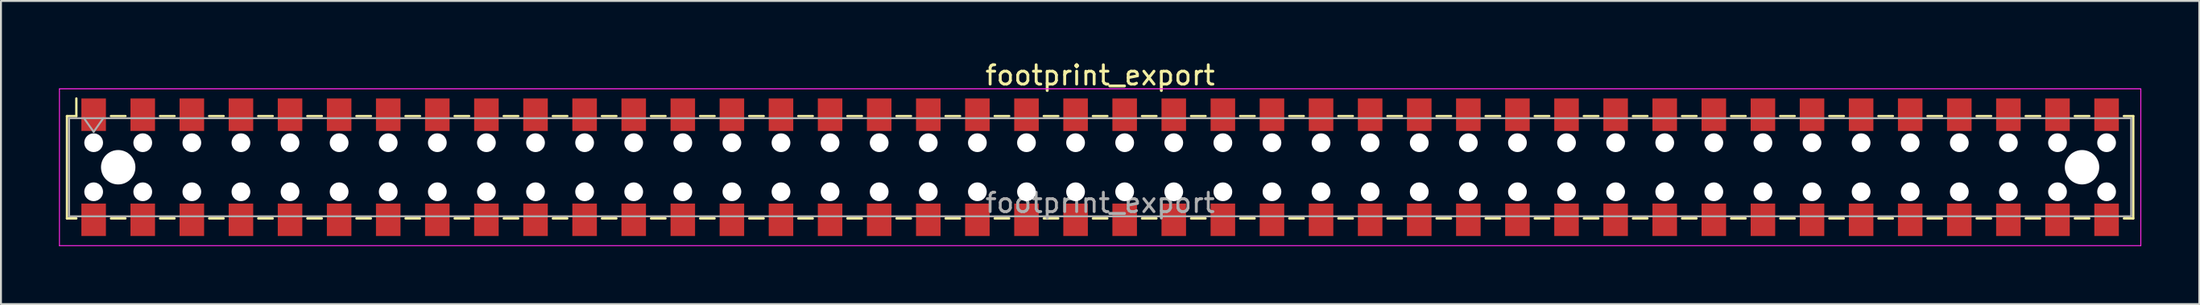
<source format=kicad_pcb>
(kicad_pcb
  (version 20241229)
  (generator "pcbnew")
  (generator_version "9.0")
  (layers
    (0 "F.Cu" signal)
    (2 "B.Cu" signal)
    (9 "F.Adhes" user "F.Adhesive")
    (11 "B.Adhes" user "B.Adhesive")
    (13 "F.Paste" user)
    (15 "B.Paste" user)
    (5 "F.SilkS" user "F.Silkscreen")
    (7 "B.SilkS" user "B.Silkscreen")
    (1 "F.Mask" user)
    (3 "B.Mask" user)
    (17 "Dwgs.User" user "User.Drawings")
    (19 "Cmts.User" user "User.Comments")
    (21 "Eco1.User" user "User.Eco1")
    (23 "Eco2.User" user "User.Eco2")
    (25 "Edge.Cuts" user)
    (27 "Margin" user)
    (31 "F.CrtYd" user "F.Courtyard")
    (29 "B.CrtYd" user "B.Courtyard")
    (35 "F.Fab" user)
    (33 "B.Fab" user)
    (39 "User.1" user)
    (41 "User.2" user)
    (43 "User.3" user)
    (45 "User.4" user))
  (footprint "footprint_export"
    (layer "F.Cu")
    (at 53.865 5.608)
    (property "Reference" "footprint_export" (at 0 -4.76 0) (layer "F.SilkS") (effects (font (size 1 1) (thickness 0.15))))
    (attr smd)
    (fp_line (start -53.45 -2.65) (end -53.45 2.65) (stroke (width 0.12) (type solid)) (layer "F.SilkS"))
    (fp_line (start -53.45 2.65) (end -52.965 2.65) (stroke (width 0.12) (type solid)) (layer "F.SilkS"))
    (fp_line (start -52.965 -3.56) (end -52.965 -2.65) (stroke (width 0.12) (type solid)) (layer "F.SilkS"))
    (fp_line (start -52.965 -2.65) (end -53.45 -2.65) (stroke (width 0.12) (type solid)) (layer "F.SilkS"))
    (fp_line (start -51.175 -2.65) (end -50.425 -2.65) (stroke (width 0.12) (type solid)) (layer "F.SilkS"))
    (fp_line (start -51.175 2.65) (end -50.425 2.65) (stroke (width 0.12) (type solid)) (layer "F.SilkS"))
    (fp_line (start -48.635 -2.65) (end -47.885 -2.65) (stroke (width 0.12) (type solid)) (layer "F.SilkS"))
    (fp_line (start -48.635 2.65) (end -47.885 2.65) (stroke (width 0.12) (type solid)) (layer "F.SilkS"))
    (fp_line (start -46.095 -2.65) (end -45.345 -2.65) (stroke (width 0.12) (type solid)) (layer "F.SilkS"))
    (fp_line (start -46.095 2.65) (end -45.345 2.65) (stroke (width 0.12) (type solid)) (layer "F.SilkS"))
    (fp_line (start -43.555 -2.65) (end -42.805 -2.65) (stroke (width 0.12) (type solid)) (layer "F.SilkS"))
    (fp_line (start -43.555 2.65) (end -42.805 2.65) (stroke (width 0.12) (type solid)) (layer "F.SilkS"))
    (fp_line (start -41.015 -2.65) (end -40.265 -2.65) (stroke (width 0.12) (type solid)) (layer "F.SilkS"))
    (fp_line (start -41.015 2.65) (end -40.265 2.65) (stroke (width 0.12) (type solid)) (layer "F.SilkS"))
    (fp_line (start -38.475 -2.65) (end -37.725 -2.65) (stroke (width 0.12) (type solid)) (layer "F.SilkS"))
    (fp_line (start -38.475 2.65) (end -37.725 2.65) (stroke (width 0.12) (type solid)) (layer "F.SilkS"))
    (fp_line (start -35.935 -2.65) (end -35.185 -2.65) (stroke (width 0.12) (type solid)) (layer "F.SilkS"))
    (fp_line (start -35.935 2.65) (end -35.185 2.65) (stroke (width 0.12) (type solid)) (layer "F.SilkS"))
    (fp_line (start -33.395 -2.65) (end -32.645 -2.65) (stroke (width 0.12) (type solid)) (layer "F.SilkS"))
    (fp_line (start -33.395 2.65) (end -32.645 2.65) (stroke (width 0.12) (type solid)) (layer "F.SilkS"))
    (fp_line (start -30.855 -2.65) (end -30.105 -2.65) (stroke (width 0.12) (type solid)) (layer "F.SilkS"))
    (fp_line (start -30.855 2.65) (end -30.105 2.65) (stroke (width 0.12) (type solid)) (layer "F.SilkS"))
    (fp_line (start -28.315 -2.65) (end -27.565 -2.65) (stroke (width 0.12) (type solid)) (layer "F.SilkS"))
    (fp_line (start -28.315 2.65) (end -27.565 2.65) (stroke (width 0.12) (type solid)) (layer "F.SilkS"))
    (fp_line (start -25.775 -2.65) (end -25.025 -2.65) (stroke (width 0.12) (type solid)) (layer "F.SilkS"))
    (fp_line (start -25.775 2.65) (end -25.025 2.65) (stroke (width 0.12) (type solid)) (layer "F.SilkS"))
    (fp_line (start -23.235 -2.65) (end -22.485 -2.65) (stroke (width 0.12) (type solid)) (layer "F.SilkS"))
    (fp_line (start -23.235 2.65) (end -22.485 2.65) (stroke (width 0.12) (type solid)) (layer "F.SilkS"))
    (fp_line (start -20.695 -2.65) (end -19.945 -2.65) (stroke (width 0.12) (type solid)) (layer "F.SilkS"))
    (fp_line (start -20.695 2.65) (end -19.945 2.65) (stroke (width 0.12) (type solid)) (layer "F.SilkS"))
    (fp_line (start -18.155 -2.65) (end -17.405 -2.65) (stroke (width 0.12) (type solid)) (layer "F.SilkS"))
    (fp_line (start -18.155 2.65) (end -17.405 2.65) (stroke (width 0.12) (type solid)) (layer "F.SilkS"))
    (fp_line (start -15.615 -2.65) (end -14.865 -2.65) (stroke (width 0.12) (type solid)) (layer "F.SilkS"))
    (fp_line (start -15.615 2.65) (end -14.865 2.65) (stroke (width 0.12) (type solid)) (layer "F.SilkS"))
    (fp_line (start -13.075 -2.65) (end -12.325 -2.65) (stroke (width 0.12) (type solid)) (layer "F.SilkS"))
    (fp_line (start -13.075 2.65) (end -12.325 2.65) (stroke (width 0.12) (type solid)) (layer "F.SilkS"))
    (fp_line (start -10.535 -2.65) (end -9.785 -2.65) (stroke (width 0.12) (type solid)) (layer "F.SilkS"))
    (fp_line (start -10.535 2.65) (end -9.785 2.65) (stroke (width 0.12) (type solid)) (layer "F.SilkS"))
    (fp_line (start -7.995 -2.65) (end -7.245 -2.65) (stroke (width 0.12) (type solid)) (layer "F.SilkS"))
    (fp_line (start -7.995 2.65) (end -7.245 2.65) (stroke (width 0.12) (type solid)) (layer "F.SilkS"))
    (fp_line (start -5.455 -2.65) (end -4.705 -2.65) (stroke (width 0.12) (type solid)) (layer "F.SilkS"))
    (fp_line (start -5.455 2.65) (end -4.705 2.65) (stroke (width 0.12) (type solid)) (layer "F.SilkS"))
    (fp_line (start -2.915 -2.65) (end -2.165 -2.65) (stroke (width 0.12) (type solid)) (layer "F.SilkS"))
    (fp_line (start -2.915 2.65) (end -2.165 2.65) (stroke (width 0.12) (type solid)) (layer "F.SilkS"))
    (fp_line (start -0.375 -2.65) (end 0.375 -2.65) (stroke (width 0.12) (type solid)) (layer "F.SilkS"))
    (fp_line (start -0.375 2.65) (end 0.375 2.65) (stroke (width 0.12) (type solid)) (layer "F.SilkS"))
    (fp_line (start 2.165 -2.65) (end 2.915 -2.65) (stroke (width 0.12) (type solid)) (layer "F.SilkS"))
    (fp_line (start 2.165 2.65) (end 2.915 2.65) (stroke (width 0.12) (type solid)) (layer "F.SilkS"))
    (fp_line (start 4.705 -2.65) (end 5.455 -2.65) (stroke (width 0.12) (type solid)) (layer "F.SilkS"))
    (fp_line (start 4.705 2.65) (end 5.455 2.65) (stroke (width 0.12) (type solid)) (layer "F.SilkS"))
    (fp_line (start 7.245 -2.65) (end 7.995 -2.65) (stroke (width 0.12) (type solid)) (layer "F.SilkS"))
    (fp_line (start 7.245 2.65) (end 7.995 2.65) (stroke (width 0.12) (type solid)) (layer "F.SilkS"))
    (fp_line (start 9.785 -2.65) (end 10.535 -2.65) (stroke (width 0.12) (type solid)) (layer "F.SilkS"))
    (fp_line (start 9.785 2.65) (end 10.535 2.65) (stroke (width 0.12) (type solid)) (layer "F.SilkS"))
    (fp_line (start 12.325 -2.65) (end 13.075 -2.65) (stroke (width 0.12) (type solid)) (layer "F.SilkS"))
    (fp_line (start 12.325 2.65) (end 13.075 2.65) (stroke (width 0.12) (type solid)) (layer "F.SilkS"))
    (fp_line (start 14.865 -2.65) (end 15.615 -2.65) (stroke (width 0.12) (type solid)) (layer "F.SilkS"))
    (fp_line (start 14.865 2.65) (end 15.615 2.65) (stroke (width 0.12) (type solid)) (layer "F.SilkS"))
    (fp_line (start 17.405 -2.65) (end 18.155 -2.65) (stroke (width 0.12) (type solid)) (layer "F.SilkS"))
    (fp_line (start 17.405 2.65) (end 18.155 2.65) (stroke (width 0.12) (type solid)) (layer "F.SilkS"))
    (fp_line (start 19.945 -2.65) (end 20.695 -2.65) (stroke (width 0.12) (type solid)) (layer "F.SilkS"))
    (fp_line (start 19.945 2.65) (end 20.695 2.65) (stroke (width 0.12) (type solid)) (layer "F.SilkS"))
    (fp_line (start 22.485 -2.65) (end 23.235 -2.65) (stroke (width 0.12) (type solid)) (layer "F.SilkS"))
    (fp_line (start 22.485 2.65) (end 23.235 2.65) (stroke (width 0.12) (type solid)) (layer "F.SilkS"))
    (fp_line (start 25.025 -2.65) (end 25.775 -2.65) (stroke (width 0.12) (type solid)) (layer "F.SilkS"))
    (fp_line (start 25.025 2.65) (end 25.775 2.65) (stroke (width 0.12) (type solid)) (layer "F.SilkS"))
    (fp_line (start 27.565 -2.65) (end 28.315 -2.65) (stroke (width 0.12) (type solid)) (layer "F.SilkS"))
    (fp_line (start 27.565 2.65) (end 28.315 2.65) (stroke (width 0.12) (type solid)) (layer "F.SilkS"))
    (fp_line (start 30.105 -2.65) (end 30.855 -2.65) (stroke (width 0.12) (type solid)) (layer "F.SilkS"))
    (fp_line (start 30.105 2.65) (end 30.855 2.65) (stroke (width 0.12) (type solid)) (layer "F.SilkS"))
    (fp_line (start 32.645 -2.65) (end 33.395 -2.65) (stroke (width 0.12) (type solid)) (layer "F.SilkS"))
    (fp_line (start 32.645 2.65) (end 33.395 2.65) (stroke (width 0.12) (type solid)) (layer "F.SilkS"))
    (fp_line (start 35.185 -2.65) (end 35.935 -2.65) (stroke (width 0.12) (type solid)) (layer "F.SilkS"))
    (fp_line (start 35.185 2.65) (end 35.935 2.65) (stroke (width 0.12) (type solid)) (layer "F.SilkS"))
    (fp_line (start 37.725 -2.65) (end 38.475 -2.65) (stroke (width 0.12) (type solid)) (layer "F.SilkS"))
    (fp_line (start 37.725 2.65) (end 38.475 2.65) (stroke (width 0.12) (type solid)) (layer "F.SilkS"))
    (fp_line (start 40.265 -2.65) (end 41.015 -2.65) (stroke (width 0.12) (type solid)) (layer "F.SilkS"))
    (fp_line (start 40.265 2.65) (end 41.015 2.65) (stroke (width 0.12) (type solid)) (layer "F.SilkS"))
    (fp_line (start 42.805 -2.65) (end 43.555 -2.65) (stroke (width 0.12) (type solid)) (layer "F.SilkS"))
    (fp_line (start 42.805 2.65) (end 43.555 2.65) (stroke (width 0.12) (type solid)) (layer "F.SilkS"))
    (fp_line (start 45.345 -2.65) (end 46.095 -2.65) (stroke (width 0.12) (type solid)) (layer "F.SilkS"))
    (fp_line (start 45.345 2.65) (end 46.095 2.65) (stroke (width 0.12) (type solid)) (layer "F.SilkS"))
    (fp_line (start 47.885 -2.65) (end 48.635 -2.65) (stroke (width 0.12) (type solid)) (layer "F.SilkS"))
    (fp_line (start 47.885 2.65) (end 48.635 2.65) (stroke (width 0.12) (type solid)) (layer "F.SilkS"))
    (fp_line (start 50.425 -2.65) (end 51.175 -2.65) (stroke (width 0.12) (type solid)) (layer "F.SilkS"))
    (fp_line (start 50.425 2.65) (end 51.175 2.65) (stroke (width 0.12) (type solid)) (layer "F.SilkS"))
    (fp_line (start 52.965 -2.65) (end 53.45 -2.65) (stroke (width 0.12) (type solid)) (layer "F.SilkS"))
    (fp_line (start 53.45 -2.65) (end 53.45 2.65) (stroke (width 0.12) (type solid)) (layer "F.SilkS"))
    (fp_line (start 53.45 2.65) (end 52.965 2.65) (stroke (width 0.12) (type solid)) (layer "F.SilkS"))
    (fp_line (start -53.84 -4.06) (end 53.84 -4.06) (stroke (width 0.05) (type solid)) (layer "F.CrtYd"))
    (fp_line (start -53.84 4.06) (end -53.84 -4.06) (stroke (width 0.05) (type solid)) (layer "F.CrtYd"))
    (fp_line (start 53.84 -4.06) (end 53.84 4.06) (stroke (width 0.05) (type solid)) (layer "F.CrtYd"))
    (fp_line (start 53.84 4.06) (end -53.84 4.06) (stroke (width 0.05) (type solid)) (layer "F.CrtYd"))
    (fp_line (start -53.34 -2.54) (end 53.34 -2.54) (stroke (width 0.1) (type solid)) (layer "F.Fab"))
    (fp_line (start -53.34 2.54) (end -53.34 -2.54) (stroke (width 0.1) (type solid)) (layer "F.Fab"))
    (fp_line (start -52.57 -2.54) (end -52.07 -1.833) (stroke (width 0.1) (type solid)) (layer "F.Fab"))
    (fp_line (start -52.07 -1.833) (end -51.57 -2.54) (stroke (width 0.1) (type solid)) (layer "F.Fab"))
    (fp_line (start 53.34 -2.54) (end 53.34 2.54) (stroke (width 0.1) (type solid)) (layer "F.Fab"))
    (fp_line (start 53.34 2.54) (end -53.34 2.54) (stroke (width 0.1) (type solid)) (layer "F.Fab"))
    (fp_text user "${REFERENCE}" (at 0 1.84 0) (layer "F.Fab") (effects (font (size 1 1) (thickness 0.15))))
    (pad "" np_thru_hole circle (at -52.07 -1.27) (size 0.97 0.97) (drill 0.97) (layers "*.Cu" "*.Mask"))
    (pad "" np_thru_hole circle (at -52.07 1.27) (size 0.97 0.97) (drill 0.97) (layers "*.Cu" "*.Mask"))
    (pad "" np_thru_hole circle (at -50.8 0) (size 1.78 1.78) (drill 1.78) (layers "*.Cu" "*.Mask"))
    (pad "" np_thru_hole circle (at -49.53 -1.27) (size 0.97 0.97) (drill 0.97) (layers "*.Cu" "*.Mask"))
    (pad "" np_thru_hole circle (at -49.53 1.27) (size 0.97 0.97) (drill 0.97) (layers "*.Cu" "*.Mask"))
    (pad "" np_thru_hole circle (at -46.99 -1.27) (size 0.97 0.97) (drill 0.97) (layers "*.Cu" "*.Mask"))
    (pad "" np_thru_hole circle (at -46.99 1.27) (size 0.97 0.97) (drill 0.97) (layers "*.Cu" "*.Mask"))
    (pad "" np_thru_hole circle (at -44.45 -1.27) (size 0.97 0.97) (drill 0.97) (layers "*.Cu" "*.Mask"))
    (pad "" np_thru_hole circle (at -44.45 1.27) (size 0.97 0.97) (drill 0.97) (layers "*.Cu" "*.Mask"))
    (pad "" np_thru_hole circle (at -41.91 -1.27) (size 0.97 0.97) (drill 0.97) (layers "*.Cu" "*.Mask"))
    (pad "" np_thru_hole circle (at -41.91 1.27) (size 0.97 0.97) (drill 0.97) (layers "*.Cu" "*.Mask"))
    (pad "" np_thru_hole circle (at -39.37 -1.27) (size 0.97 0.97) (drill 0.97) (layers "*.Cu" "*.Mask"))
    (pad "" np_thru_hole circle (at -39.37 1.27) (size 0.97 0.97) (drill 0.97) (layers "*.Cu" "*.Mask"))
    (pad "" np_thru_hole circle (at -36.83 -1.27) (size 0.97 0.97) (drill 0.97) (layers "*.Cu" "*.Mask"))
    (pad "" np_thru_hole circle (at -36.83 1.27) (size 0.97 0.97) (drill 0.97) (layers "*.Cu" "*.Mask"))
    (pad "" np_thru_hole circle (at -34.29 -1.27) (size 0.97 0.97) (drill 0.97) (layers "*.Cu" "*.Mask"))
    (pad "" np_thru_hole circle (at -34.29 1.27) (size 0.97 0.97) (drill 0.97) (layers "*.Cu" "*.Mask"))
    (pad "" np_thru_hole circle (at -31.75 -1.27) (size 0.97 0.97) (drill 0.97) (layers "*.Cu" "*.Mask"))
    (pad "" np_thru_hole circle (at -31.75 1.27) (size 0.97 0.97) (drill 0.97) (layers "*.Cu" "*.Mask"))
    (pad "" np_thru_hole circle (at -29.21 -1.27) (size 0.97 0.97) (drill 0.97) (layers "*.Cu" "*.Mask"))
    (pad "" np_thru_hole circle (at -29.21 1.27) (size 0.97 0.97) (drill 0.97) (layers "*.Cu" "*.Mask"))
    (pad "" np_thru_hole circle (at -26.67 -1.27) (size 0.97 0.97) (drill 0.97) (layers "*.Cu" "*.Mask"))
    (pad "" np_thru_hole circle (at -26.67 1.27) (size 0.97 0.97) (drill 0.97) (layers "*.Cu" "*.Mask"))
    (pad "" np_thru_hole circle (at -24.13 -1.27) (size 0.97 0.97) (drill 0.97) (layers "*.Cu" "*.Mask"))
    (pad "" np_thru_hole circle (at -24.13 1.27) (size 0.97 0.97) (drill 0.97) (layers "*.Cu" "*.Mask"))
    (pad "" np_thru_hole circle (at -21.59 -1.27) (size 0.97 0.97) (drill 0.97) (layers "*.Cu" "*.Mask"))
    (pad "" np_thru_hole circle (at -21.59 1.27) (size 0.97 0.97) (drill 0.97) (layers "*.Cu" "*.Mask"))
    (pad "" np_thru_hole circle (at -19.05 -1.27) (size 0.97 0.97) (drill 0.97) (layers "*.Cu" "*.Mask"))
    (pad "" np_thru_hole circle (at -19.05 1.27) (size 0.97 0.97) (drill 0.97) (layers "*.Cu" "*.Mask"))
    (pad "" np_thru_hole circle (at -16.51 -1.27) (size 0.97 0.97) (drill 0.97) (layers "*.Cu" "*.Mask"))
    (pad "" np_thru_hole circle (at -16.51 1.27) (size 0.97 0.97) (drill 0.97) (layers "*.Cu" "*.Mask"))
    (pad "" np_thru_hole circle (at -13.97 -1.27) (size 0.97 0.97) (drill 0.97) (layers "*.Cu" "*.Mask"))
    (pad "" np_thru_hole circle (at -13.97 1.27) (size 0.97 0.97) (drill 0.97) (layers "*.Cu" "*.Mask"))
    (pad "" np_thru_hole circle (at -11.43 -1.27) (size 0.97 0.97) (drill 0.97) (layers "*.Cu" "*.Mask"))
    (pad "" np_thru_hole circle (at -11.43 1.27) (size 0.97 0.97) (drill 0.97) (layers "*.Cu" "*.Mask"))
    (pad "" np_thru_hole circle (at -8.89 -1.27) (size 0.97 0.97) (drill 0.97) (layers "*.Cu" "*.Mask"))
    (pad "" np_thru_hole circle (at -8.89 1.27) (size 0.97 0.97) (drill 0.97) (layers "*.Cu" "*.Mask"))
    (pad "" np_thru_hole circle (at -6.35 -1.27) (size 0.97 0.97) (drill 0.97) (layers "*.Cu" "*.Mask"))
    (pad "" np_thru_hole circle (at -6.35 1.27) (size 0.97 0.97) (drill 0.97) (layers "*.Cu" "*.Mask"))
    (pad "" np_thru_hole circle (at -3.81 -1.27) (size 0.97 0.97) (drill 0.97) (layers "*.Cu" "*.Mask"))
    (pad "" np_thru_hole circle (at -3.81 1.27) (size 0.97 0.97) (drill 0.97) (layers "*.Cu" "*.Mask"))
    (pad "" np_thru_hole circle (at -1.27 -1.27) (size 0.97 0.97) (drill 0.97) (layers "*.Cu" "*.Mask"))
    (pad "" np_thru_hole circle (at -1.27 1.27) (size 0.97 0.97) (drill 0.97) (layers "*.Cu" "*.Mask"))
    (pad "" np_thru_hole circle (at 1.27 -1.27) (size 0.97 0.97) (drill 0.97) (layers "*.Cu" "*.Mask"))
    (pad "" np_thru_hole circle (at 1.27 1.27) (size 0.97 0.97) (drill 0.97) (layers "*.Cu" "*.Mask"))
    (pad "" np_thru_hole circle (at 3.81 -1.27) (size 0.97 0.97) (drill 0.97) (layers "*.Cu" "*.Mask"))
    (pad "" np_thru_hole circle (at 3.81 1.27) (size 0.97 0.97) (drill 0.97) (layers "*.Cu" "*.Mask"))
    (pad "" np_thru_hole circle (at 6.35 -1.27) (size 0.97 0.97) (drill 0.97) (layers "*.Cu" "*.Mask"))
    (pad "" np_thru_hole circle (at 6.35 1.27) (size 0.97 0.97) (drill 0.97) (layers "*.Cu" "*.Mask"))
    (pad "" np_thru_hole circle (at 8.89 -1.27) (size 0.97 0.97) (drill 0.97) (layers "*.Cu" "*.Mask"))
    (pad "" np_thru_hole circle (at 8.89 1.27) (size 0.97 0.97) (drill 0.97) (layers "*.Cu" "*.Mask"))
    (pad "" np_thru_hole circle (at 11.43 -1.27) (size 0.97 0.97) (drill 0.97) (layers "*.Cu" "*.Mask"))
    (pad "" np_thru_hole circle (at 11.43 1.27) (size 0.97 0.97) (drill 0.97) (layers "*.Cu" "*.Mask"))
    (pad "" np_thru_hole circle (at 13.97 -1.27) (size 0.97 0.97) (drill 0.97) (layers "*.Cu" "*.Mask"))
    (pad "" np_thru_hole circle (at 13.97 1.27) (size 0.97 0.97) (drill 0.97) (layers "*.Cu" "*.Mask"))
    (pad "" np_thru_hole circle (at 16.51 -1.27) (size 0.97 0.97) (drill 0.97) (layers "*.Cu" "*.Mask"))
    (pad "" np_thru_hole circle (at 16.51 1.27) (size 0.97 0.97) (drill 0.97) (layers "*.Cu" "*.Mask"))
    (pad "" np_thru_hole circle (at 19.05 -1.27) (size 0.97 0.97) (drill 0.97) (layers "*.Cu" "*.Mask"))
    (pad "" np_thru_hole circle (at 19.05 1.27) (size 0.97 0.97) (drill 0.97) (layers "*.Cu" "*.Mask"))
    (pad "" np_thru_hole circle (at 21.59 -1.27) (size 0.97 0.97) (drill 0.97) (layers "*.Cu" "*.Mask"))
    (pad "" np_thru_hole circle (at 21.59 1.27) (size 0.97 0.97) (drill 0.97) (layers "*.Cu" "*.Mask"))
    (pad "" np_thru_hole circle (at 24.13 -1.27) (size 0.97 0.97) (drill 0.97) (layers "*.Cu" "*.Mask"))
    (pad "" np_thru_hole circle (at 24.13 1.27) (size 0.97 0.97) (drill 0.97) (layers "*.Cu" "*.Mask"))
    (pad "" np_thru_hole circle (at 26.67 -1.27) (size 0.97 0.97) (drill 0.97) (layers "*.Cu" "*.Mask"))
    (pad "" np_thru_hole circle (at 26.67 1.27) (size 0.97 0.97) (drill 0.97) (layers "*.Cu" "*.Mask"))
    (pad "" np_thru_hole circle (at 29.21 -1.27) (size 0.97 0.97) (drill 0.97) (layers "*.Cu" "*.Mask"))
    (pad "" np_thru_hole circle (at 29.21 1.27) (size 0.97 0.97) (drill 0.97) (layers "*.Cu" "*.Mask"))
    (pad "" np_thru_hole circle (at 31.75 -1.27) (size 0.97 0.97) (drill 0.97) (layers "*.Cu" "*.Mask"))
    (pad "" np_thru_hole circle (at 31.75 1.27) (size 0.97 0.97) (drill 0.97) (layers "*.Cu" "*.Mask"))
    (pad "" np_thru_hole circle (at 34.29 -1.27) (size 0.97 0.97) (drill 0.97) (layers "*.Cu" "*.Mask"))
    (pad "" np_thru_hole circle (at 34.29 1.27) (size 0.97 0.97) (drill 0.97) (layers "*.Cu" "*.Mask"))
    (pad "" np_thru_hole circle (at 36.83 -1.27) (size 0.97 0.97) (drill 0.97) (layers "*.Cu" "*.Mask"))
    (pad "" np_thru_hole circle (at 36.83 1.27) (size 0.97 0.97) (drill 0.97) (layers "*.Cu" "*.Mask"))
    (pad "" np_thru_hole circle (at 39.37 -1.27) (size 0.97 0.97) (drill 0.97) (layers "*.Cu" "*.Mask"))
    (pad "" np_thru_hole circle (at 39.37 1.27) (size 0.97 0.97) (drill 0.97) (layers "*.Cu" "*.Mask"))
    (pad "" np_thru_hole circle (at 41.91 -1.27) (size 0.97 0.97) (drill 0.97) (layers "*.Cu" "*.Mask"))
    (pad "" np_thru_hole circle (at 41.91 1.27) (size 0.97 0.97) (drill 0.97) (layers "*.Cu" "*.Mask"))
    (pad "" np_thru_hole circle (at 44.45 -1.27) (size 0.97 0.97) (drill 0.97) (layers "*.Cu" "*.Mask"))
    (pad "" np_thru_hole circle (at 44.45 1.27) (size 0.97 0.97) (drill 0.97) (layers "*.Cu" "*.Mask"))
    (pad "" np_thru_hole circle (at 46.99 -1.27) (size 0.97 0.97) (drill 0.97) (layers "*.Cu" "*.Mask"))
    (pad "" np_thru_hole circle (at 46.99 1.27) (size 0.97 0.97) (drill 0.97) (layers "*.Cu" "*.Mask"))
    (pad "" np_thru_hole circle (at 49.53 -1.27) (size 0.97 0.97) (drill 0.97) (layers "*.Cu" "*.Mask"))
    (pad "" np_thru_hole circle (at 49.53 1.27) (size 0.97 0.97) (drill 0.97) (layers "*.Cu" "*.Mask"))
    (pad "" np_thru_hole circle (at 50.8 0) (size 1.78 1.78) (drill 1.78) (layers "*.Cu" "*.Mask"))
    (pad "" np_thru_hole circle (at 52.07 -1.27) (size 0.97 0.97) (drill 0.97) (layers "*.Cu" "*.Mask"))
    (pad "" np_thru_hole circle (at 52.07 1.27) (size 0.97 0.97) (drill 0.97) (layers "*.Cu" "*.Mask"))
    (pad "1" smd rect (at -52.07 -2.72) (size 1.27 1.68) (layers "F.Cu" "F.Mask" "F.Paste"))
    (pad "2" smd rect (at -52.07 2.72) (size 1.27 1.68) (layers "F.Cu" "F.Mask" "F.Paste"))
    (pad "3" smd rect (at -49.53 -2.72) (size 1.27 1.68) (layers "F.Cu" "F.Mask" "F.Paste"))
    (pad "4" smd rect (at -49.53 2.72) (size 1.27 1.68) (layers "F.Cu" "F.Mask" "F.Paste"))
    (pad "5" smd rect (at -46.99 -2.72) (size 1.27 1.68) (layers "F.Cu" "F.Mask" "F.Paste"))
    (pad "6" smd rect (at -46.99 2.72) (size 1.27 1.68) (layers "F.Cu" "F.Mask" "F.Paste"))
    (pad "7" smd rect (at -44.45 -2.72) (size 1.27 1.68) (layers "F.Cu" "F.Mask" "F.Paste"))
    (pad "8" smd rect (at -44.45 2.72) (size 1.27 1.68) (layers "F.Cu" "F.Mask" "F.Paste"))
    (pad "9" smd rect (at -41.91 -2.72) (size 1.27 1.68) (layers "F.Cu" "F.Mask" "F.Paste"))
    (pad "10" smd rect (at -41.91 2.72) (size 1.27 1.68) (layers "F.Cu" "F.Mask" "F.Paste"))
    (pad "11" smd rect (at -39.37 -2.72) (size 1.27 1.68) (layers "F.Cu" "F.Mask" "F.Paste"))
    (pad "12" smd rect (at -39.37 2.72) (size 1.27 1.68) (layers "F.Cu" "F.Mask" "F.Paste"))
    (pad "13" smd rect (at -36.83 -2.72) (size 1.27 1.68) (layers "F.Cu" "F.Mask" "F.Paste"))
    (pad "14" smd rect (at -36.83 2.72) (size 1.27 1.68) (layers "F.Cu" "F.Mask" "F.Paste"))
    (pad "15" smd rect (at -34.29 -2.72) (size 1.27 1.68) (layers "F.Cu" "F.Mask" "F.Paste"))
    (pad "16" smd rect (at -34.29 2.72) (size 1.27 1.68) (layers "F.Cu" "F.Mask" "F.Paste"))
    (pad "17" smd rect (at -31.75 -2.72) (size 1.27 1.68) (layers "F.Cu" "F.Mask" "F.Paste"))
    (pad "18" smd rect (at -31.75 2.72) (size 1.27 1.68) (layers "F.Cu" "F.Mask" "F.Paste"))
    (pad "19" smd rect (at -29.21 -2.72) (size 1.27 1.68) (layers "F.Cu" "F.Mask" "F.Paste"))
    (pad "20" smd rect (at -29.21 2.72) (size 1.27 1.68) (layers "F.Cu" "F.Mask" "F.Paste"))
    (pad "21" smd rect (at -26.67 -2.72) (size 1.27 1.68) (layers "F.Cu" "F.Mask" "F.Paste"))
    (pad "22" smd rect (at -26.67 2.72) (size 1.27 1.68) (layers "F.Cu" "F.Mask" "F.Paste"))
    (pad "23" smd rect (at -24.13 -2.72) (size 1.27 1.68) (layers "F.Cu" "F.Mask" "F.Paste"))
    (pad "24" smd rect (at -24.13 2.72) (size 1.27 1.68) (layers "F.Cu" "F.Mask" "F.Paste"))
    (pad "25" smd rect (at -21.59 -2.72) (size 1.27 1.68) (layers "F.Cu" "F.Mask" "F.Paste"))
    (pad "26" smd rect (at -21.59 2.72) (size 1.27 1.68) (layers "F.Cu" "F.Mask" "F.Paste"))
    (pad "27" smd rect (at -19.05 -2.72) (size 1.27 1.68) (layers "F.Cu" "F.Mask" "F.Paste"))
    (pad "28" smd rect (at -19.05 2.72) (size 1.27 1.68) (layers "F.Cu" "F.Mask" "F.Paste"))
    (pad "29" smd rect (at -16.51 -2.72) (size 1.27 1.68) (layers "F.Cu" "F.Mask" "F.Paste"))
    (pad "30" smd rect (at -16.51 2.72) (size 1.27 1.68) (layers "F.Cu" "F.Mask" "F.Paste"))
    (pad "31" smd rect (at -13.97 -2.72) (size 1.27 1.68) (layers "F.Cu" "F.Mask" "F.Paste"))
    (pad "32" smd rect (at -13.97 2.72) (size 1.27 1.68) (layers "F.Cu" "F.Mask" "F.Paste"))
    (pad "33" smd rect (at -11.43 -2.72) (size 1.27 1.68) (layers "F.Cu" "F.Mask" "F.Paste"))
    (pad "34" smd rect (at -11.43 2.72) (size 1.27 1.68) (layers "F.Cu" "F.Mask" "F.Paste"))
    (pad "35" smd rect (at -8.89 -2.72) (size 1.27 1.68) (layers "F.Cu" "F.Mask" "F.Paste"))
    (pad "36" smd rect (at -8.89 2.72) (size 1.27 1.68) (layers "F.Cu" "F.Mask" "F.Paste"))
    (pad "37" smd rect (at -6.35 -2.72) (size 1.27 1.68) (layers "F.Cu" "F.Mask" "F.Paste"))
    (pad "38" smd rect (at -6.35 2.72) (size 1.27 1.68) (layers "F.Cu" "F.Mask" "F.Paste"))
    (pad "39" smd rect (at -3.81 -2.72) (size 1.27 1.68) (layers "F.Cu" "F.Mask" "F.Paste"))
    (pad "40" smd rect (at -3.81 2.72) (size 1.27 1.68) (layers "F.Cu" "F.Mask" "F.Paste"))
    (pad "41" smd rect (at -1.27 -2.72) (size 1.27 1.68) (layers "F.Cu" "F.Mask" "F.Paste"))
    (pad "42" smd rect (at -1.27 2.72) (size 1.27 1.68) (layers "F.Cu" "F.Mask" "F.Paste"))
    (pad "43" smd rect (at 1.27 -2.72) (size 1.27 1.68) (layers "F.Cu" "F.Mask" "F.Paste"))
    (pad "44" smd rect (at 1.27 2.72) (size 1.27 1.68) (layers "F.Cu" "F.Mask" "F.Paste"))
    (pad "45" smd rect (at 3.81 -2.72) (size 1.27 1.68) (layers "F.Cu" "F.Mask" "F.Paste"))
    (pad "46" smd rect (at 3.81 2.72) (size 1.27 1.68) (layers "F.Cu" "F.Mask" "F.Paste"))
    (pad "47" smd rect (at 6.35 -2.72) (size 1.27 1.68) (layers "F.Cu" "F.Mask" "F.Paste"))
    (pad "48" smd rect (at 6.35 2.72) (size 1.27 1.68) (layers "F.Cu" "F.Mask" "F.Paste"))
    (pad "49" smd rect (at 8.89 -2.72) (size 1.27 1.68) (layers "F.Cu" "F.Mask" "F.Paste"))
    (pad "50" smd rect (at 8.89 2.72) (size 1.27 1.68) (layers "F.Cu" "F.Mask" "F.Paste"))
    (pad "51" smd rect (at 11.43 -2.72) (size 1.27 1.68) (layers "F.Cu" "F.Mask" "F.Paste"))
    (pad "52" smd rect (at 11.43 2.72) (size 1.27 1.68) (layers "F.Cu" "F.Mask" "F.Paste"))
    (pad "53" smd rect (at 13.97 -2.72) (size 1.27 1.68) (layers "F.Cu" "F.Mask" "F.Paste"))
    (pad "54" smd rect (at 13.97 2.72) (size 1.27 1.68) (layers "F.Cu" "F.Mask" "F.Paste"))
    (pad "55" smd rect (at 16.51 -2.72) (size 1.27 1.68) (layers "F.Cu" "F.Mask" "F.Paste"))
    (pad "56" smd rect (at 16.51 2.72) (size 1.27 1.68) (layers "F.Cu" "F.Mask" "F.Paste"))
    (pad "57" smd rect (at 19.05 -2.72) (size 1.27 1.68) (layers "F.Cu" "F.Mask" "F.Paste"))
    (pad "58" smd rect (at 19.05 2.72) (size 1.27 1.68) (layers "F.Cu" "F.Mask" "F.Paste"))
    (pad "59" smd rect (at 21.59 -2.72) (size 1.27 1.68) (layers "F.Cu" "F.Mask" "F.Paste"))
    (pad "60" smd rect (at 21.59 2.72) (size 1.27 1.68) (layers "F.Cu" "F.Mask" "F.Paste"))
    (pad "61" smd rect (at 24.13 -2.72) (size 1.27 1.68) (layers "F.Cu" "F.Mask" "F.Paste"))
    (pad "62" smd rect (at 24.13 2.72) (size 1.27 1.68) (layers "F.Cu" "F.Mask" "F.Paste"))
    (pad "63" smd rect (at 26.67 -2.72) (size 1.27 1.68) (layers "F.Cu" "F.Mask" "F.Paste"))
    (pad "64" smd rect (at 26.67 2.72) (size 1.27 1.68) (layers "F.Cu" "F.Mask" "F.Paste"))
    (pad "65" smd rect (at 29.21 -2.72) (size 1.27 1.68) (layers "F.Cu" "F.Mask" "F.Paste"))
    (pad "66" smd rect (at 29.21 2.72) (size 1.27 1.68) (layers "F.Cu" "F.Mask" "F.Paste"))
    (pad "67" smd rect (at 31.75 -2.72) (size 1.27 1.68) (layers "F.Cu" "F.Mask" "F.Paste"))
    (pad "68" smd rect (at 31.75 2.72) (size 1.27 1.68) (layers "F.Cu" "F.Mask" "F.Paste"))
    (pad "69" smd rect (at 34.29 -2.72) (size 1.27 1.68) (layers "F.Cu" "F.Mask" "F.Paste"))
    (pad "70" smd rect (at 34.29 2.72) (size 1.27 1.68) (layers "F.Cu" "F.Mask" "F.Paste"))
    (pad "71" smd rect (at 36.83 -2.72) (size 1.27 1.68) (layers "F.Cu" "F.Mask" "F.Paste"))
    (pad "72" smd rect (at 36.83 2.72) (size 1.27 1.68) (layers "F.Cu" "F.Mask" "F.Paste"))
    (pad "73" smd rect (at 39.37 -2.72) (size 1.27 1.68) (layers "F.Cu" "F.Mask" "F.Paste"))
    (pad "74" smd rect (at 39.37 2.72) (size 1.27 1.68) (layers "F.Cu" "F.Mask" "F.Paste"))
    (pad "75" smd rect (at 41.91 -2.72) (size 1.27 1.68) (layers "F.Cu" "F.Mask" "F.Paste"))
    (pad "76" smd rect (at 41.91 2.72) (size 1.27 1.68) (layers "F.Cu" "F.Mask" "F.Paste"))
    (pad "77" smd rect (at 44.45 -2.72) (size 1.27 1.68) (layers "F.Cu" "F.Mask" "F.Paste"))
    (pad "78" smd rect (at 44.45 2.72) (size 1.27 1.68) (layers "F.Cu" "F.Mask" "F.Paste"))
    (pad "79" smd rect (at 46.99 -2.72) (size 1.27 1.68) (layers "F.Cu" "F.Mask" "F.Paste"))
    (pad "80" smd rect (at 46.99 2.72) (size 1.27 1.68) (layers "F.Cu" "F.Mask" "F.Paste"))
    (pad "81" smd rect (at 49.53 -2.72) (size 1.27 1.68) (layers "F.Cu" "F.Mask" "F.Paste"))
    (pad "82" smd rect (at 49.53 2.72) (size 1.27 1.68) (layers "F.Cu" "F.Mask" "F.Paste"))
    (pad "83" smd rect (at 52.07 -2.72) (size 1.27 1.68) (layers "F.Cu" "F.Mask" "F.Paste"))
    (pad "84" smd rect (at 52.07 2.72) (size 1.27 1.68) (layers "F.Cu" "F.Mask" "F.Paste")))
  (gr_rect
    (start -3 -3)
    (end 110.73 12.693)
    (stroke (width 0.1) (type default))
    (fill no)
    (layer "Edge.Cuts")))
</source>
